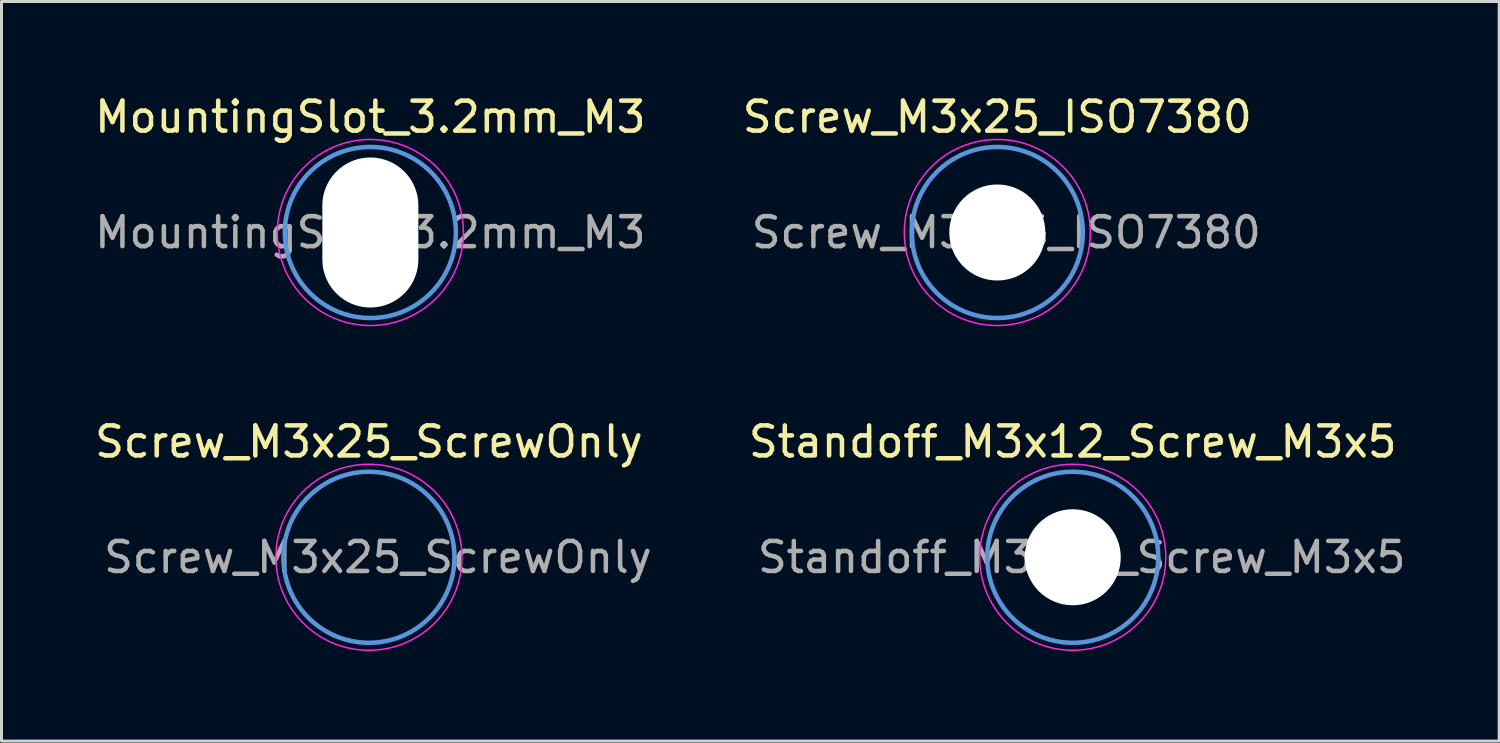
<source format=kicad_pcb>
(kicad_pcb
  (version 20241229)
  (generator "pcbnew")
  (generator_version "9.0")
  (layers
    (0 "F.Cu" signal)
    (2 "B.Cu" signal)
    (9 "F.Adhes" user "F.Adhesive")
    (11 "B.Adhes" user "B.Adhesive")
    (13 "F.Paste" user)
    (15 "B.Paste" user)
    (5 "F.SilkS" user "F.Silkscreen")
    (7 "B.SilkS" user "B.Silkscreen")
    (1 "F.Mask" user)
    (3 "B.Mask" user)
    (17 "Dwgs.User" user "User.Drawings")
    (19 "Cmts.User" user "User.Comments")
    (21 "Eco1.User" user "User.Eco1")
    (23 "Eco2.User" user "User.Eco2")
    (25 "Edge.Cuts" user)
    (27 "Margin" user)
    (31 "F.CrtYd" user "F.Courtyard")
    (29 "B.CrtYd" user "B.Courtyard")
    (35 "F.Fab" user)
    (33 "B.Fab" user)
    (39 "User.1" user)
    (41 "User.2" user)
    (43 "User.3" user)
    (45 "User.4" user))
  (footprint "Screw_M3x25_ScrewOnly"
    (layer "F.Cu")
    (at 9.244 15.521)
    (property "Reference" "Screw_M3x25_ScrewOnly" (at 0 -3.85 0) (layer "F.SilkS") (effects (font (size 1 1) (thickness 0.15))))
    (attr exclude_from_pos_files exclude_from_bom)
    (fp_circle (center 0 0) (end 2.85 0) (stroke (width 0.15) (type solid)) (fill no) (layer "Cmts.User"))
    (fp_circle (center 0 0) (end 3.1 0) (stroke (width 0.05) (type solid)) (fill no) (layer "F.CrtYd"))
    (fp_text user "${REFERENCE}" (at 0.3 0 0) (layer "F.Fab") (effects (font (size 1 1) (thickness 0.15)))))
  (footprint "Screw_M3x25_ISO7380"
    (layer "F.Cu")
    (at 30.185 4.698)
    (property "Reference" "Screw_M3x25_ISO7380" (at 0 -3.85 0) (layer "F.SilkS") (effects (font (size 1 1) (thickness 0.15))))
    (attr exclude_from_pos_files exclude_from_bom)
    (fp_circle (center 0 0) (end 2.85 0) (stroke (width 0.15) (type solid)) (fill no) (layer "Cmts.User"))
    (fp_circle (center 0 0) (end 3.1 0) (stroke (width 0.05) (type solid)) (fill no) (layer "F.CrtYd"))
    (fp_text user "${REFERENCE}" (at 0.3 0 0) (layer "F.Fab") (effects (font (size 1 1) (thickness 0.15))))
    (pad "" np_thru_hole circle (at 0 0) (size 3.2 3.2) (drill 3.2) (layers "*.Cu" "*.Mask")))
  (footprint "Standoff_M3x12_Screw_M3x5"
    (layer "F.Cu")
    (at 32.699 15.521)
    (property "Reference" "Standoff_M3x12_Screw_M3x5" (at 0 -3.85 0) (layer "F.SilkS") (effects (font (size 1 1) (thickness 0.15))))
    (attr exclude_from_pos_files exclude_from_bom)
    (fp_circle (center 0 0) (end 2.85 0) (stroke (width 0.15) (type solid)) (fill no) (layer "Cmts.User"))
    (fp_circle (center 0 0) (end 3.1 0) (stroke (width 0.05) (type solid)) (fill no) (layer "F.CrtYd"))
    (fp_text user "${REFERENCE}" (at 0.3 0 0) (layer "F.Fab") (effects (font (size 1 1) (thickness 0.15))))
    (pad "" np_thru_hole circle (at 0 0) (size 3.2 3.2) (drill 3.2) (layers "*.Cu" "*.Mask")))
  (footprint "MountingSlot_3.2mm_M3"
    (layer "F.Cu")
    (at 9.292 4.698)
    (property "Reference" "MountingSlot_3.2mm_M3" (at 0 -3.85 0) (layer "F.SilkS") (effects (font (size 1 1) (thickness 0.15))))
    (attr exclude_from_pos_files exclude_from_bom)
    (fp_circle (center 0 0) (end 2.85 0) (stroke (width 0.15) (type solid)) (fill no) (layer "Cmts.User"))
    (fp_circle (center 0 0) (end 3.1 0) (stroke (width 0.05) (type solid)) (fill no) (layer "F.CrtYd"))
    (fp_text user "${REFERENCE}" (at 0 0 0) (layer "F.Fab") (effects (font (size 1 1) (thickness 0.15))))
    (pad "" np_thru_hole oval (at 0 0) (size 3.2 5) (drill oval 3.2 5) (layers "*.Cu" "*.Mask")))
  (gr_rect
    (start -3 -3)
    (end 46.91 21.646)
    (stroke (width 0.1) (type default))
    (fill no)
    (layer "Edge.Cuts")))
</source>
